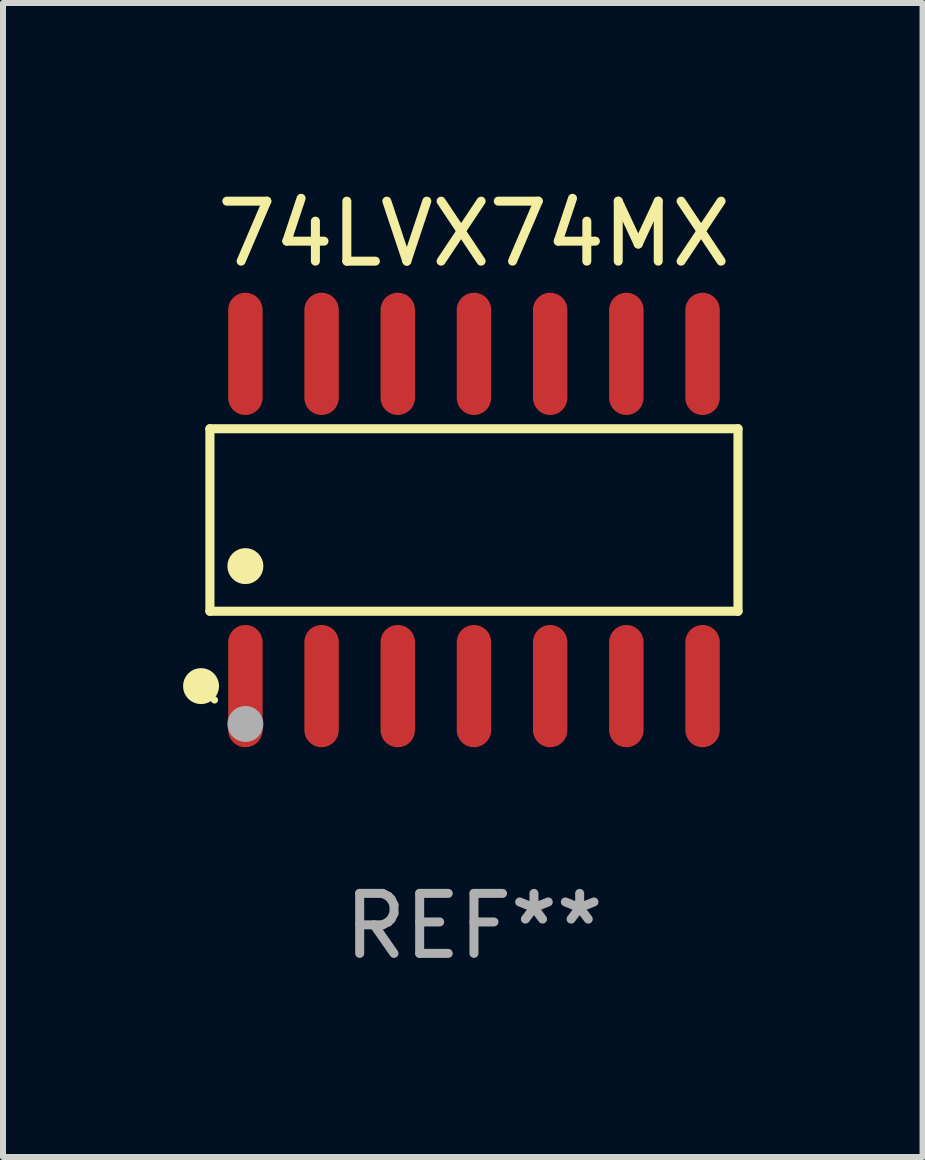
<source format=kicad_pcb>
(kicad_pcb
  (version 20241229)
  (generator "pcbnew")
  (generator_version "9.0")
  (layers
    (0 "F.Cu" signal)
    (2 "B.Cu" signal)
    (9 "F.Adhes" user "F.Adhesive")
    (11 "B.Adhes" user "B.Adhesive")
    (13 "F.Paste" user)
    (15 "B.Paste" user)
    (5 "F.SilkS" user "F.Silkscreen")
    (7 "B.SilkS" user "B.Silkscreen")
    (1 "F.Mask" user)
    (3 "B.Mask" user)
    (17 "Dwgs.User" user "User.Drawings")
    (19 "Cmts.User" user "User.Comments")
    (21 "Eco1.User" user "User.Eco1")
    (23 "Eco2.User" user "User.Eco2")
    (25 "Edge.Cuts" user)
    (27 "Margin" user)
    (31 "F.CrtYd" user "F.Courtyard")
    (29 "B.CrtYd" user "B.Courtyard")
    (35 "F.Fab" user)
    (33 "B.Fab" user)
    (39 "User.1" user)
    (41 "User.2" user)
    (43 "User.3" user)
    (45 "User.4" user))
  (footprint "74LVX74MX"
    (layer "F.Cu")
    (at 4.85 5.617)
    (property "Reference" "74LVX74MX" (at 0 -4.769 0) (layer "F.SilkS") (effects (font (size 1 1) (thickness 0.15))))
    (attr through_hole)
    (fp_line (start -4.401 -1.521) (end 4.401 -1.521) (stroke (width 0.152) (type solid)) (layer "F.SilkS"))
    (fp_line (start -4.401 1.521) (end -4.401 -1.521) (stroke (width 0.152) (type solid)) (layer "F.SilkS"))
    (fp_line (start 4.401 -1.521) (end 4.401 1.521) (stroke (width 0.152) (type solid)) (layer "F.SilkS"))
    (fp_line (start 4.401 1.521) (end -4.401 1.521) (stroke (width 0.152) (type solid)) (layer "F.SilkS"))
    (fp_circle (center -4.549 2.769) (end -4.399 2.769) (stroke (width 0.3) (type solid)) (fill no) (layer "F.SilkS"))
    (fp_circle (center -4.325 3) (end -4.295 3) (stroke (width 0.06) (type solid)) (fill no) (layer "F.SilkS"))
    (fp_circle (center -3.81 0.769) (end -3.66 0.769) (stroke (width 0.3) (type solid)) (fill no) (layer "F.SilkS"))
    (fp_circle (center -3.81 3.4) (end -3.66 3.4) (stroke (width 0.3) (type solid)) (fill no) (layer "F.Fab"))
    (fp_text user "REF**" (at 0 6.769 0) (layer "F.Fab") (effects (font (size 1 1) (thickness 0.15))))
    (pad "1" smd oval (at -3.81 2.769) (size 0.574 2.038) (layers "F.Cu" "F.Mask" "F.Paste"))
    (pad "2" smd oval (at -2.54 2.769) (size 0.574 2.038) (layers "F.Cu" "F.Mask" "F.Paste"))
    (pad "3" smd oval (at -1.27 2.769) (size 0.574 2.038) (layers "F.Cu" "F.Mask" "F.Paste"))
    (pad "4" smd oval (at 0 2.769) (size 0.574 2.038) (layers "F.Cu" "F.Mask" "F.Paste"))
    (pad "5" smd oval (at 1.27 2.769) (size 0.574 2.038) (layers "F.Cu" "F.Mask" "F.Paste"))
    (pad "6" smd oval (at 2.54 2.769) (size 0.574 2.038) (layers "F.Cu" "F.Mask" "F.Paste"))
    (pad "7" smd oval (at 3.81 2.769) (size 0.574 2.038) (layers "F.Cu" "F.Mask" "F.Paste"))
    (pad "8" smd oval (at 3.81 -2.769) (size 0.574 2.038) (layers "F.Cu" "F.Mask" "F.Paste"))
    (pad "9" smd oval (at 2.54 -2.769) (size 0.574 2.038) (layers "F.Cu" "F.Mask" "F.Paste"))
    (pad "10" smd oval (at 1.27 -2.769) (size 0.574 2.038) (layers "F.Cu" "F.Mask" "F.Paste"))
    (pad "11" smd oval (at 0 -2.769) (size 0.574 2.038) (layers "F.Cu" "F.Mask" "F.Paste"))
    (pad "12" smd oval (at -1.27 -2.769) (size 0.574 2.038) (layers "F.Cu" "F.Mask" "F.Paste"))
    (pad "13" smd oval (at -2.54 -2.769) (size 0.574 2.038) (layers "F.Cu" "F.Mask" "F.Paste"))
    (pad "14" smd oval (at -3.81 -2.769) (size 0.574 2.038) (layers "F.Cu" "F.Mask" "F.Paste")))
  (gr_rect
    (start -3 -3)
    (end 12.327 16.235)
    (stroke (width 0.1) (type default))
    (fill no)
    (layer "Edge.Cuts")))
</source>
